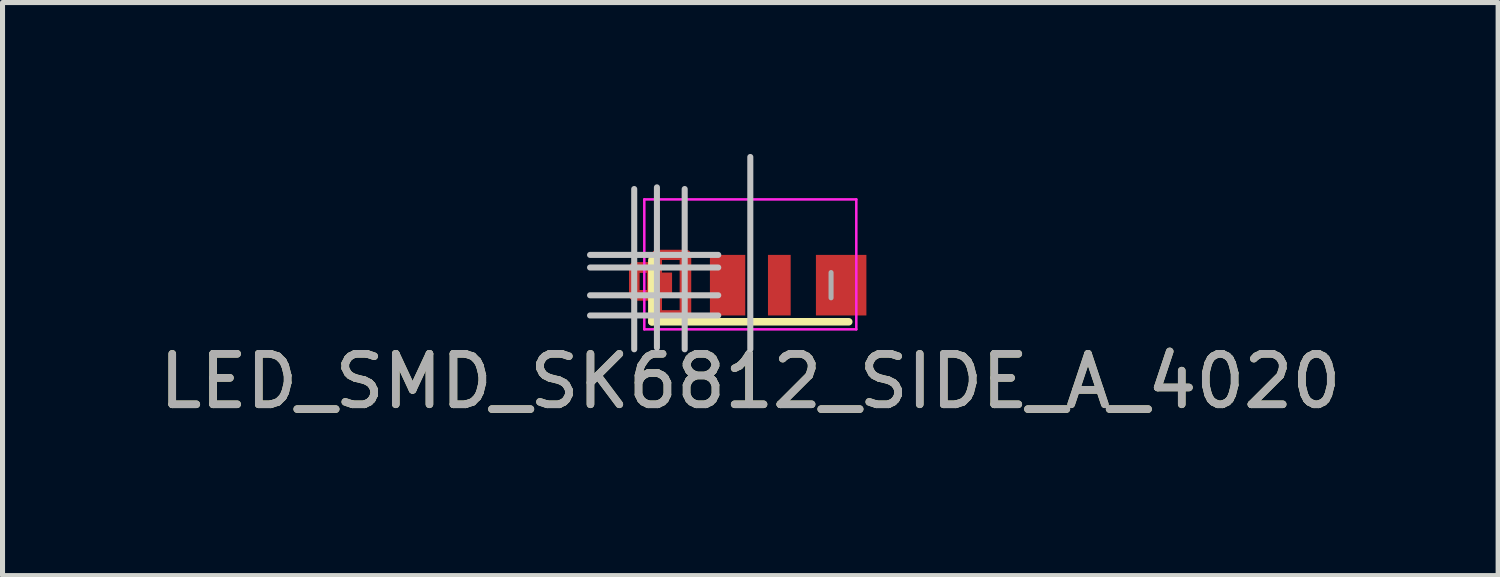
<source format=kicad_pcb>
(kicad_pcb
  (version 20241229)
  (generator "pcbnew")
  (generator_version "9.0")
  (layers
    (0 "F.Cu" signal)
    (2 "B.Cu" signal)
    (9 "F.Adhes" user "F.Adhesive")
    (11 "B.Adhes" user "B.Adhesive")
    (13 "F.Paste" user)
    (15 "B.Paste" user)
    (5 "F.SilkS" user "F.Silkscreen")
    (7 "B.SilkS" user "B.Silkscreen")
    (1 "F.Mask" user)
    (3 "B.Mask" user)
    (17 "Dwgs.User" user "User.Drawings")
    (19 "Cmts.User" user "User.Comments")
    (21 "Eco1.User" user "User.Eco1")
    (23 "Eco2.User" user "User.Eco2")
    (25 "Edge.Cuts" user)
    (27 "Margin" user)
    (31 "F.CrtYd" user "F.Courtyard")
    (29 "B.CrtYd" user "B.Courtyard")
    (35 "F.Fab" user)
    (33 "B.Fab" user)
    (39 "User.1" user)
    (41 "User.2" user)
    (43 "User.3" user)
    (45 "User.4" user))
  (footprint "LED_SMD_SK6812_SIDE_A_4020"
    (layer "F.Cu")
    (at 11.815 2.6)
    (property "Reference" "LED_SMD_SK6812_SIDE_A_4020" (at 0 1.905 0) (layer "F.SilkS") (effects (font (size 1 1) (thickness 0.15))))
    (attr smd)
    (fp_line (start -2.3 -0.35) (end -1.85 -0.35) (stroke (width 0.2) (type solid)) (layer "F.Cu"))
    (fp_line (start -2.3 0.2) (end -2.3 -0.35) (stroke (width 0.2) (type solid)) (layer "F.Cu"))
    (fp_line (start -1.85 -0.6) (end -1.3 -0.6) (stroke (width 0.2) (type solid)) (layer "F.Cu"))
    (fp_line (start -1.85 -0.35) (end -1.85 -0.6) (stroke (width 0.2) (type solid)) (layer "F.Cu"))
    (fp_line (start -1.85 0.2) (end -2.3 0.2) (stroke (width 0.2) (type solid)) (layer "F.Cu"))
    (fp_line (start -1.85 0.6) (end -1.85 0.2) (stroke (width 0.2) (type solid)) (layer "F.Cu"))
    (fp_line (start -1.3 0.6) (end -1.85 0.6) (stroke (width 0.2) (type solid)) (layer "F.Cu"))
    (fp_line (start -1.27 0.6) (end -1.27 -0.6) (stroke (width 0.2) (type solid)) (layer "F.Cu"))
    (fp_poly (pts (xy -1.85 -0.6) (xy -1.85 -0.35) (xy -2.3 -0.35) (xy -2.3 0.2) (xy -1.85 0.2)) (stroke (width 0.2) (type solid)) (fill no) (layer "F.Cu"))
    (fp_poly (pts (xy -1.3 -0.6) (xy -1.85 -0.6) (xy -1.85 -0.35) (xy -2.3 -0.35) (xy -2.3 0.2) (xy -1.85 0.2) (xy -1.85 0.6) (xy -1.3 0.6)) (stroke (width 0.2) (type solid)) (fill no) (layer "F.Cu"))
    (fp_line (start -1.95 -0.5) (end -1.95 0.725) (stroke (width 0.15) (type solid)) (layer "F.SilkS"))
    (fp_line (start 1.95 0.725) (end -1.95 0.725) (stroke (width 0.15) (type solid)) (layer "F.SilkS"))
    (fp_line (start -3.175 -0.6) (end -0.635 -0.6) (stroke (width 0.12) (type solid)) (layer "Dwgs.User"))
    (fp_line (start -3.175 -0.35) (end -0.635 -0.35) (stroke (width 0.12) (type solid)) (layer "Dwgs.User"))
    (fp_line (start -3.175 0.2) (end -0.635 0.2) (stroke (width 0.12) (type solid)) (layer "Dwgs.User"))
    (fp_line (start -3.175 0.6) (end -0.635 0.6) (stroke (width 0.12) (type solid)) (layer "Dwgs.User"))
    (fp_line (start -2.3 -1.905) (end -2.3 1.27) (stroke (width 0.12) (type solid)) (layer "Dwgs.User"))
    (fp_line (start -1.85 -1.938) (end -1.85 1.238) (stroke (width 0.12) (type solid)) (layer "Dwgs.User"))
    (fp_line (start -1.3 -1.905) (end -1.3 1.27) (stroke (width 0.12) (type solid)) (layer "Dwgs.User"))
    (fp_line (start 0 -2.54) (end 0 1.27) (stroke (width 0.12) (type solid)) (layer "Dwgs.User"))
    (fp_line (start -2.1 -1.7) (end -2.1 0.875) (stroke (width 0.05) (type solid)) (layer "F.CrtYd"))
    (fp_line (start -2.1 0.875) (end 2.1 0.875) (stroke (width 0.05) (type solid)) (layer "F.CrtYd"))
    (fp_line (start 2.1 -1.7) (end -2.1 -1.7) (stroke (width 0.05) (type solid)) (layer "F.CrtYd"))
    (fp_line (start 2.1 0.875) (end 2.1 -1.7) (stroke (width 0.05) (type solid)) (layer "F.CrtYd"))
    (fp_line (start 1.6 -0.25) (end 1.6 0.25) (stroke (width 0.1) (type solid)) (layer "F.Fab"))
    (fp_text user "${REFERENCE}" (at 0 1.905 0) (layer "F.Fab") (effects (font (size 1 1) (thickness 0.15))))
    (pad "1" smd rect (at -1.8 0 180) (size 0.5 0.5) (layers "F.Cu" "F.Mask" "F.Paste"))
    (pad "2" smd rect (at -0.45 0 180) (size 0.7 1.2) (layers "F.Cu" "F.Mask" "F.Paste"))
    (pad "3" smd rect (at 0.575 0 180) (size 0.45 1.2) (layers "F.Cu" "F.Mask" "F.Paste"))
    (pad "4" smd rect (at 1.8 0 180) (size 1 1.2) (layers "F.Cu" "F.Mask" "F.Paste")))
  (gr_rect
    (start -3 -3)
    (end 26.631 8.353)
    (stroke (width 0.1) (type default))
    (fill no)
    (layer "Edge.Cuts")))
</source>
